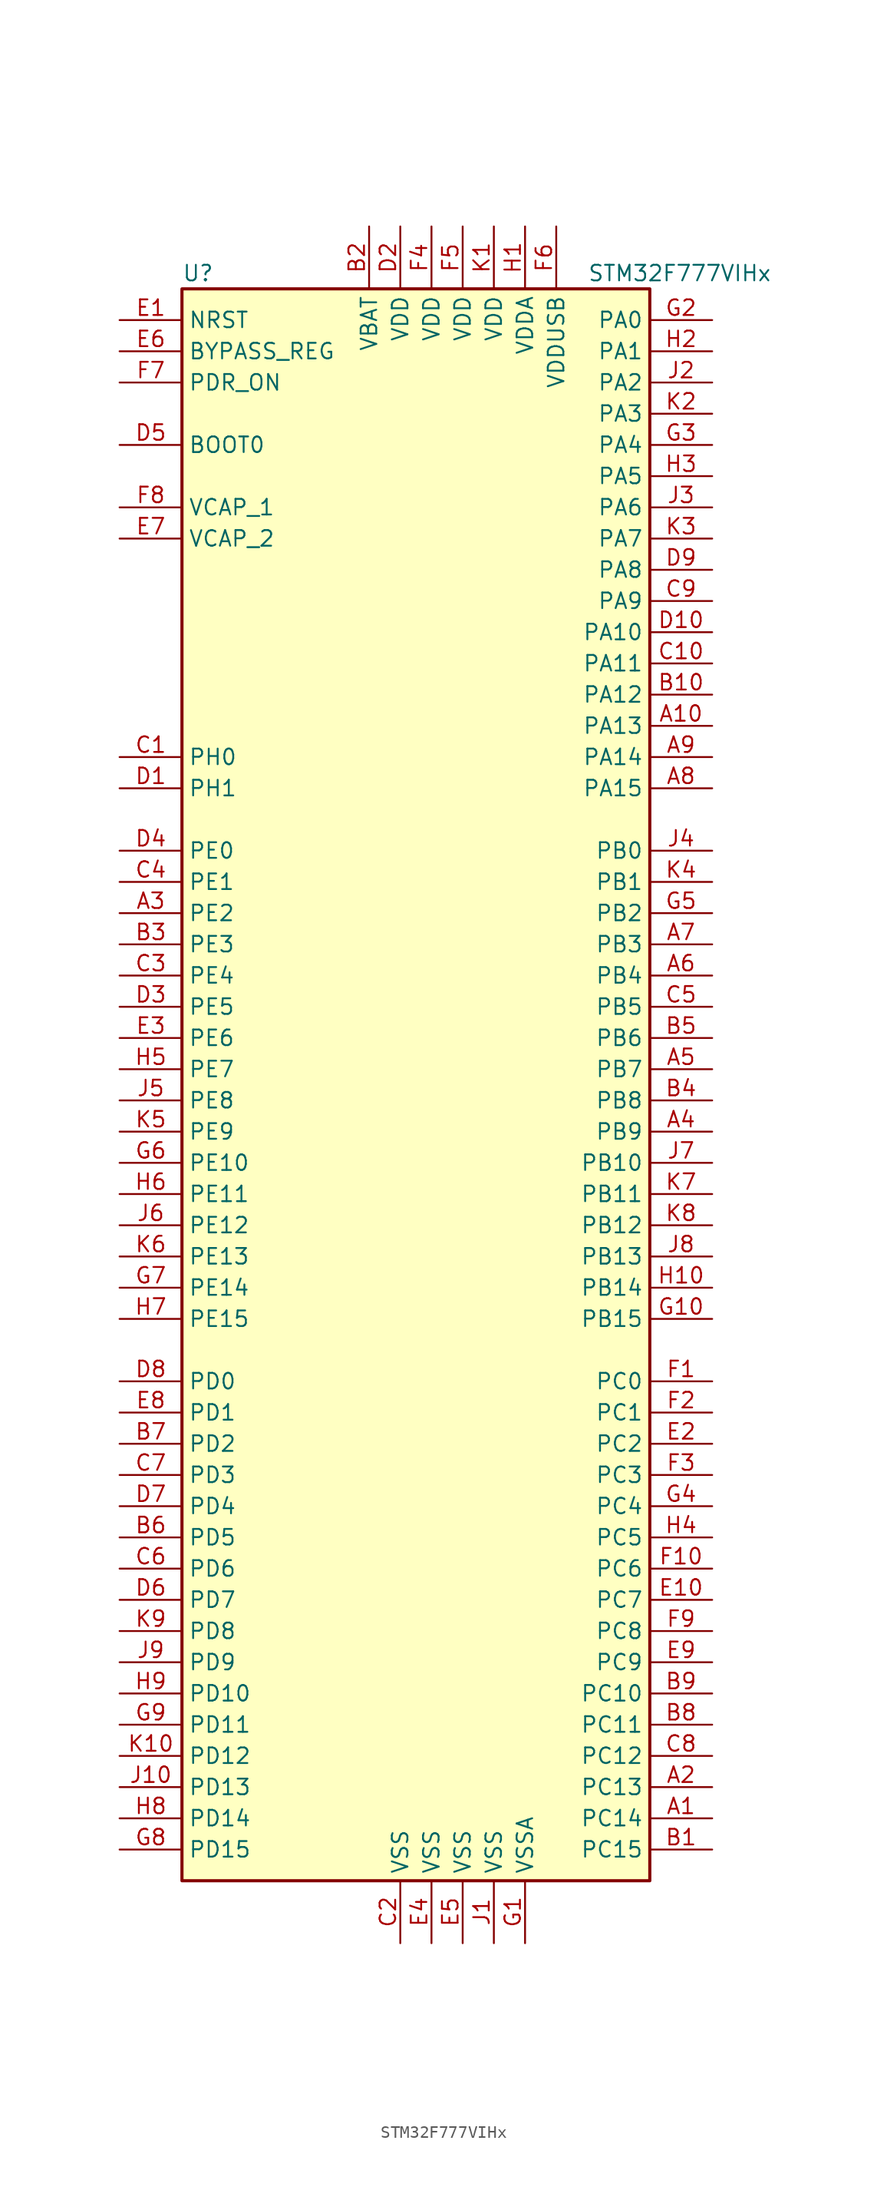
<source format=kicad_sym>
(kicad_symbol_lib
  (version 20220914)
  (generator kicad_symbol_editor)
  (symbol "STM32F777VIHx"
    (property "Reference" "U"
      (at -20.32 64.77 0)
      (effects (font (size 1.27 1.27)) (justify left)))
    (property "Value" "STM32F777VIHx"
      (at 12.7 64.77 0)
      (effects (font (size 1.27 1.27)) (justify left)))
    (symbol "STM32F777VIHx_0_1"
      (rectangle (start -20.32 -66.04) (end 17.78 63.5) (stroke (width 0.254) (type default)) (fill (type background))))
    (symbol "STM32F777VIHx_1_1"
      (pin bidirectional line (at 22.86 -60.96 180) (length 5.08) (name "PC14" (effects (font (size 1.27 1.27)))) (number "A1" (effects (font (size 1.27 1.27)))))
      (pin bidirectional line (at 22.86 27.94 180) (length 5.08) (name "PA13" (effects (font (size 1.27 1.27)))) (number "A10" (effects (font (size 1.27 1.27)))))
      (pin bidirectional line (at 22.86 -58.42 180) (length 5.08) (name "PC13" (effects (font (size 1.27 1.27)))) (number "A2" (effects (font (size 1.27 1.27)))))
      (pin bidirectional line (at -25.4 12.7 0) (length 5.08) (name "PE2" (effects (font (size 1.27 1.27)))) (number "A3" (effects (font (size 1.27 1.27)))))
      (pin bidirectional line (at 22.86 -5.08 180) (length 5.08) (name "PB9" (effects (font (size 1.27 1.27)))) (number "A4" (effects (font (size 1.27 1.27)))))
      (pin bidirectional line (at 22.86 0 180) (length 5.08) (name "PB7" (effects (font (size 1.27 1.27)))) (number "A5" (effects (font (size 1.27 1.27)))))
      (pin bidirectional line (at 22.86 7.62 180) (length 5.08) (name "PB4" (effects (font (size 1.27 1.27)))) (number "A6" (effects (font (size 1.27 1.27)))))
      (pin bidirectional line (at 22.86 10.16 180) (length 5.08) (name "PB3" (effects (font (size 1.27 1.27)))) (number "A7" (effects (font (size 1.27 1.27)))))
      (pin bidirectional line (at 22.86 22.86 180) (length 5.08) (name "PA15" (effects (font (size 1.27 1.27)))) (number "A8" (effects (font (size 1.27 1.27)))))
      (pin bidirectional line (at 22.86 25.4 180) (length 5.08) (name "PA14" (effects (font (size 1.27 1.27)))) (number "A9" (effects (font (size 1.27 1.27)))))
      (pin bidirectional line (at 22.86 -63.5 180) (length 5.08) (name "PC15" (effects (font (size 1.27 1.27)))) (number "B1" (effects (font (size 1.27 1.27)))))
      (pin bidirectional line (at 22.86 30.48 180) (length 5.08) (name "PA12" (effects (font (size 1.27 1.27)))) (number "B10" (effects (font (size 1.27 1.27)))))
      (pin power_in line (at -5.08 68.58 270) (length 5.08) (name "VBAT" (effects (font (size 1.27 1.27)))) (number "B2" (effects (font (size 1.27 1.27)))))
      (pin bidirectional line (at -25.4 10.16 0) (length 5.08) (name "PE3" (effects (font (size 1.27 1.27)))) (number "B3" (effects (font (size 1.27 1.27)))))
      (pin bidirectional line (at 22.86 -2.54 180) (length 5.08) (name "PB8" (effects (font (size 1.27 1.27)))) (number "B4" (effects (font (size 1.27 1.27)))))
      (pin bidirectional line (at 22.86 2.54 180) (length 5.08) (name "PB6" (effects (font (size 1.27 1.27)))) (number "B5" (effects (font (size 1.27 1.27)))))
      (pin bidirectional line (at -25.4 -38.1 0) (length 5.08) (name "PD5" (effects (font (size 1.27 1.27)))) (number "B6" (effects (font (size 1.27 1.27)))))
      (pin bidirectional line (at -25.4 -30.48 0) (length 5.08) (name "PD2" (effects (font (size 1.27 1.27)))) (number "B7" (effects (font (size 1.27 1.27)))))
      (pin bidirectional line (at 22.86 -53.34 180) (length 5.08) (name "PC11" (effects (font (size 1.27 1.27)))) (number "B8" (effects (font (size 1.27 1.27)))))
      (pin bidirectional line (at 22.86 -50.8 180) (length 5.08) (name "PC10" (effects (font (size 1.27 1.27)))) (number "B9" (effects (font (size 1.27 1.27)))))
      (pin input line (at -25.4 25.4 0) (length 5.08) (name "PH0" (effects (font (size 1.27 1.27)))) (number "C1" (effects (font (size 1.27 1.27)))))
      (pin bidirectional line (at 22.86 33.02 180) (length 5.08) (name "PA11" (effects (font (size 1.27 1.27)))) (number "C10" (effects (font (size 1.27 1.27)))))
      (pin power_in line (at -2.54 -71.12 90) (length 5.08) (name "VSS" (effects (font (size 1.27 1.27)))) (number "C2" (effects (font (size 1.27 1.27)))))
      (pin bidirectional line (at -25.4 7.62 0) (length 5.08) (name "PE4" (effects (font (size 1.27 1.27)))) (number "C3" (effects (font (size 1.27 1.27)))))
      (pin bidirectional line (at -25.4 15.24 0) (length 5.08) (name "PE1" (effects (font (size 1.27 1.27)))) (number "C4" (effects (font (size 1.27 1.27)))))
      (pin bidirectional line (at 22.86 5.08 180) (length 5.08) (name "PB5" (effects (font (size 1.27 1.27)))) (number "C5" (effects (font (size 1.27 1.27)))))
      (pin bidirectional line (at -25.4 -40.64 0) (length 5.08) (name "PD6" (effects (font (size 1.27 1.27)))) (number "C6" (effects (font (size 1.27 1.27)))))
      (pin bidirectional line (at -25.4 -33.02 0) (length 5.08) (name "PD3" (effects (font (size 1.27 1.27)))) (number "C7" (effects (font (size 1.27 1.27)))))
      (pin bidirectional line (at 22.86 -55.88 180) (length 5.08) (name "PC12" (effects (font (size 1.27 1.27)))) (number "C8" (effects (font (size 1.27 1.27)))))
      (pin bidirectional line (at 22.86 38.1 180) (length 5.08) (name "PA9" (effects (font (size 1.27 1.27)))) (number "C9" (effects (font (size 1.27 1.27)))))
      (pin input line (at -25.4 22.86 0) (length 5.08) (name "PH1" (effects (font (size 1.27 1.27)))) (number "D1" (effects (font (size 1.27 1.27)))))
      (pin bidirectional line (at 22.86 35.56 180) (length 5.08) (name "PA10" (effects (font (size 1.27 1.27)))) (number "D10" (effects (font (size 1.27 1.27)))))
      (pin power_in line (at -2.54 68.58 270) (length 5.08) (name "VDD" (effects (font (size 1.27 1.27)))) (number "D2" (effects (font (size 1.27 1.27)))))
      (pin bidirectional line (at -25.4 5.08 0) (length 5.08) (name "PE5" (effects (font (size 1.27 1.27)))) (number "D3" (effects (font (size 1.27 1.27)))))
      (pin bidirectional line (at -25.4 17.78 0) (length 5.08) (name "PE0" (effects (font (size 1.27 1.27)))) (number "D4" (effects (font (size 1.27 1.27)))))
      (pin input line (at -25.4 50.8 0) (length 5.08) (name "BOOT0" (effects (font (size 1.27 1.27)))) (number "D5" (effects (font (size 1.27 1.27)))))
      (pin bidirectional line (at -25.4 -43.18 0) (length 5.08) (name "PD7" (effects (font (size 1.27 1.27)))) (number "D6" (effects (font (size 1.27 1.27)))))
      (pin bidirectional line (at -25.4 -35.56 0) (length 5.08) (name "PD4" (effects (font (size 1.27 1.27)))) (number "D7" (effects (font (size 1.27 1.27)))))
      (pin bidirectional line (at -25.4 -25.4 0) (length 5.08) (name "PD0" (effects (font (size 1.27 1.27)))) (number "D8" (effects (font (size 1.27 1.27)))))
      (pin bidirectional line (at 22.86 40.64 180) (length 5.08) (name "PA8" (effects (font (size 1.27 1.27)))) (number "D9" (effects (font (size 1.27 1.27)))))
      (pin input line (at -25.4 60.96 0) (length 5.08) (name "NRST" (effects (font (size 1.27 1.27)))) (number "E1" (effects (font (size 1.27 1.27)))))
      (pin bidirectional line (at 22.86 -43.18 180) (length 5.08) (name "PC7" (effects (font (size 1.27 1.27)))) (number "E10" (effects (font (size 1.27 1.27)))))
      (pin bidirectional line (at 22.86 -30.48 180) (length 5.08) (name "PC2" (effects (font (size 1.27 1.27)))) (number "E2" (effects (font (size 1.27 1.27)))))
      (pin bidirectional line (at -25.4 2.54 0) (length 5.08) (name "PE6" (effects (font (size 1.27 1.27)))) (number "E3" (effects (font (size 1.27 1.27)))))
      (pin power_in line (at 0 -71.12 90) (length 5.08) (name "VSS" (effects (font (size 1.27 1.27)))) (number "E4" (effects (font (size 1.27 1.27)))))
      (pin power_in line (at 2.54 -71.12 90) (length 5.08) (name "VSS" (effects (font (size 1.27 1.27)))) (number "E5" (effects (font (size 1.27 1.27)))))
      (pin input line (at -25.4 58.42 0) (length 5.08) (name "BYPASS_REG" (effects (font (size 1.27 1.27)))) (number "E6" (effects (font (size 1.27 1.27)))))
      (pin power_in line (at -25.4 43.18 0) (length 5.08) (name "VCAP_2" (effects (font (size 1.27 1.27)))) (number "E7" (effects (font (size 1.27 1.27)))))
      (pin bidirectional line (at -25.4 -27.94 0) (length 5.08) (name "PD1" (effects (font (size 1.27 1.27)))) (number "E8" (effects (font (size 1.27 1.27)))))
      (pin bidirectional line (at 22.86 -48.26 180) (length 5.08) (name "PC9" (effects (font (size 1.27 1.27)))) (number "E9" (effects (font (size 1.27 1.27)))))
      (pin bidirectional line (at 22.86 -25.4 180) (length 5.08) (name "PC0" (effects (font (size 1.27 1.27)))) (number "F1" (effects (font (size 1.27 1.27)))))
      (pin bidirectional line (at 22.86 -40.64 180) (length 5.08) (name "PC6" (effects (font (size 1.27 1.27)))) (number "F10" (effects (font (size 1.27 1.27)))))
      (pin bidirectional line (at 22.86 -27.94 180) (length 5.08) (name "PC1" (effects (font (size 1.27 1.27)))) (number "F2" (effects (font (size 1.27 1.27)))))
      (pin bidirectional line (at 22.86 -33.02 180) (length 5.08) (name "PC3" (effects (font (size 1.27 1.27)))) (number "F3" (effects (font (size 1.27 1.27)))))
      (pin power_in line (at 0 68.58 270) (length 5.08) (name "VDD" (effects (font (size 1.27 1.27)))) (number "F4" (effects (font (size 1.27 1.27)))))
      (pin power_in line (at 2.54 68.58 270) (length 5.08) (name "VDD" (effects (font (size 1.27 1.27)))) (number "F5" (effects (font (size 1.27 1.27)))))
      (pin power_in line (at 10.16 68.58 270) (length 5.08) (name "VDDUSB" (effects (font (size 1.27 1.27)))) (number "F6" (effects (font (size 1.27 1.27)))))
      (pin input line (at -25.4 55.88 0) (length 5.08) (name "PDR_ON" (effects (font (size 1.27 1.27)))) (number "F7" (effects (font (size 1.27 1.27)))))
      (pin power_in line (at -25.4 45.72 0) (length 5.08) (name "VCAP_1" (effects (font (size 1.27 1.27)))) (number "F8" (effects (font (size 1.27 1.27)))))
      (pin bidirectional line (at 22.86 -45.72 180) (length 5.08) (name "PC8" (effects (font (size 1.27 1.27)))) (number "F9" (effects (font (size 1.27 1.27)))))
      (pin power_in line (at 7.62 -71.12 90) (length 5.08) (name "VSSA" (effects (font (size 1.27 1.27)))) (number "G1" (effects (font (size 1.27 1.27)))))
      (pin bidirectional line (at 22.86 -20.32 180) (length 5.08) (name "PB15" (effects (font (size 1.27 1.27)))) (number "G10" (effects (font (size 1.27 1.27)))))
      (pin bidirectional line (at 22.86 60.96 180) (length 5.08) (name "PA0" (effects (font (size 1.27 1.27)))) (number "G2" (effects (font (size 1.27 1.27)))))
      (pin bidirectional line (at 22.86 50.8 180) (length 5.08) (name "PA4" (effects (font (size 1.27 1.27)))) (number "G3" (effects (font (size 1.27 1.27)))))
      (pin bidirectional line (at 22.86 -35.56 180) (length 5.08) (name "PC4" (effects (font (size 1.27 1.27)))) (number "G4" (effects (font (size 1.27 1.27)))))
      (pin bidirectional line (at 22.86 12.7 180) (length 5.08) (name "PB2" (effects (font (size 1.27 1.27)))) (number "G5" (effects (font (size 1.27 1.27)))))
      (pin bidirectional line (at -25.4 -7.62 0) (length 5.08) (name "PE10" (effects (font (size 1.27 1.27)))) (number "G6" (effects (font (size 1.27 1.27)))))
      (pin bidirectional line (at -25.4 -17.78 0) (length 5.08) (name "PE14" (effects (font (size 1.27 1.27)))) (number "G7" (effects (font (size 1.27 1.27)))))
      (pin bidirectional line (at -25.4 -63.5 0) (length 5.08) (name "PD15" (effects (font (size 1.27 1.27)))) (number "G8" (effects (font (size 1.27 1.27)))))
      (pin bidirectional line (at -25.4 -53.34 0) (length 5.08) (name "PD11" (effects (font (size 1.27 1.27)))) (number "G9" (effects (font (size 1.27 1.27)))))
      (pin power_in line (at 7.62 68.58 270) (length 5.08) (name "VDDA" (effects (font (size 1.27 1.27)))) (number "H1" (effects (font (size 1.27 1.27)))))
      (pin bidirectional line (at 22.86 -17.78 180) (length 5.08) (name "PB14" (effects (font (size 1.27 1.27)))) (number "H10" (effects (font (size 1.27 1.27)))))
      (pin bidirectional line (at 22.86 58.42 180) (length 5.08) (name "PA1" (effects (font (size 1.27 1.27)))) (number "H2" (effects (font (size 1.27 1.27)))))
      (pin bidirectional line (at 22.86 48.26 180) (length 5.08) (name "PA5" (effects (font (size 1.27 1.27)))) (number "H3" (effects (font (size 1.27 1.27)))))
      (pin bidirectional line (at 22.86 -38.1 180) (length 5.08) (name "PC5" (effects (font (size 1.27 1.27)))) (number "H4" (effects (font (size 1.27 1.27)))))
      (pin bidirectional line (at -25.4 0 0) (length 5.08) (name "PE7" (effects (font (size 1.27 1.27)))) (number "H5" (effects (font (size 1.27 1.27)))))
      (pin bidirectional line (at -25.4 -10.16 0) (length 5.08) (name "PE11" (effects (font (size 1.27 1.27)))) (number "H6" (effects (font (size 1.27 1.27)))))
      (pin bidirectional line (at -25.4 -20.32 0) (length 5.08) (name "PE15" (effects (font (size 1.27 1.27)))) (number "H7" (effects (font (size 1.27 1.27)))))
      (pin bidirectional line (at -25.4 -60.96 0) (length 5.08) (name "PD14" (effects (font (size 1.27 1.27)))) (number "H8" (effects (font (size 1.27 1.27)))))
      (pin bidirectional line (at -25.4 -50.8 0) (length 5.08) (name "PD10" (effects (font (size 1.27 1.27)))) (number "H9" (effects (font (size 1.27 1.27)))))
      (pin power_in line (at 5.08 -71.12 90) (length 5.08) (name "VSS" (effects (font (size 1.27 1.27)))) (number "J1" (effects (font (size 1.27 1.27)))))
      (pin bidirectional line (at -25.4 -58.42 0) (length 5.08) (name "PD13" (effects (font (size 1.27 1.27)))) (number "J10" (effects (font (size 1.27 1.27)))))
      (pin bidirectional line (at 22.86 55.88 180) (length 5.08) (name "PA2" (effects (font (size 1.27 1.27)))) (number "J2" (effects (font (size 1.27 1.27)))))
      (pin bidirectional line (at 22.86 45.72 180) (length 5.08) (name "PA6" (effects (font (size 1.27 1.27)))) (number "J3" (effects (font (size 1.27 1.27)))))
      (pin bidirectional line (at 22.86 17.78 180) (length 5.08) (name "PB0" (effects (font (size 1.27 1.27)))) (number "J4" (effects (font (size 1.27 1.27)))))
      (pin bidirectional line (at -25.4 -2.54 0) (length 5.08) (name "PE8" (effects (font (size 1.27 1.27)))) (number "J5" (effects (font (size 1.27 1.27)))))
      (pin bidirectional line (at -25.4 -12.7 0) (length 5.08) (name "PE12" (effects (font (size 1.27 1.27)))) (number "J6" (effects (font (size 1.27 1.27)))))
      (pin bidirectional line (at 22.86 -7.62 180) (length 5.08) (name "PB10" (effects (font (size 1.27 1.27)))) (number "J7" (effects (font (size 1.27 1.27)))))
      (pin bidirectional line (at 22.86 -15.24 180) (length 5.08) (name "PB13" (effects (font (size 1.27 1.27)))) (number "J8" (effects (font (size 1.27 1.27)))))
      (pin bidirectional line (at -25.4 -48.26 0) (length 5.08) (name "PD9" (effects (font (size 1.27 1.27)))) (number "J9" (effects (font (size 1.27 1.27)))))
      (pin power_in line (at 5.08 68.58 270) (length 5.08) (name "VDD" (effects (font (size 1.27 1.27)))) (number "K1" (effects (font (size 1.27 1.27)))))
      (pin bidirectional line (at -25.4 -55.88 0) (length 5.08) (name "PD12" (effects (font (size 1.27 1.27)))) (number "K10" (effects (font (size 1.27 1.27)))))
      (pin bidirectional line (at 22.86 53.34 180) (length 5.08) (name "PA3" (effects (font (size 1.27 1.27)))) (number "K2" (effects (font (size 1.27 1.27)))))
      (pin bidirectional line (at 22.86 43.18 180) (length 5.08) (name "PA7" (effects (font (size 1.27 1.27)))) (number "K3" (effects (font (size 1.27 1.27)))))
      (pin bidirectional line (at 22.86 15.24 180) (length 5.08) (name "PB1" (effects (font (size 1.27 1.27)))) (number "K4" (effects (font (size 1.27 1.27)))))
      (pin bidirectional line (at -25.4 -5.08 0) (length 5.08) (name "PE9" (effects (font (size 1.27 1.27)))) (number "K5" (effects (font (size 1.27 1.27)))))
      (pin bidirectional line (at -25.4 -15.24 0) (length 5.08) (name "PE13" (effects (font (size 1.27 1.27)))) (number "K6" (effects (font (size 1.27 1.27)))))
      (pin bidirectional line (at 22.86 -10.16 180) (length 5.08) (name "PB11" (effects (font (size 1.27 1.27)))) (number "K7" (effects (font (size 1.27 1.27)))))
      (pin bidirectional line (at 22.86 -12.7 180) (length 5.08) (name "PB12" (effects (font (size 1.27 1.27)))) (number "K8" (effects (font (size 1.27 1.27)))))
      (pin bidirectional line (at -25.4 -45.72 0) (length 5.08) (name "PD8" (effects (font (size 1.27 1.27)))) (number "K9" (effects (font (size 1.27 1.27))))))))
</source>
